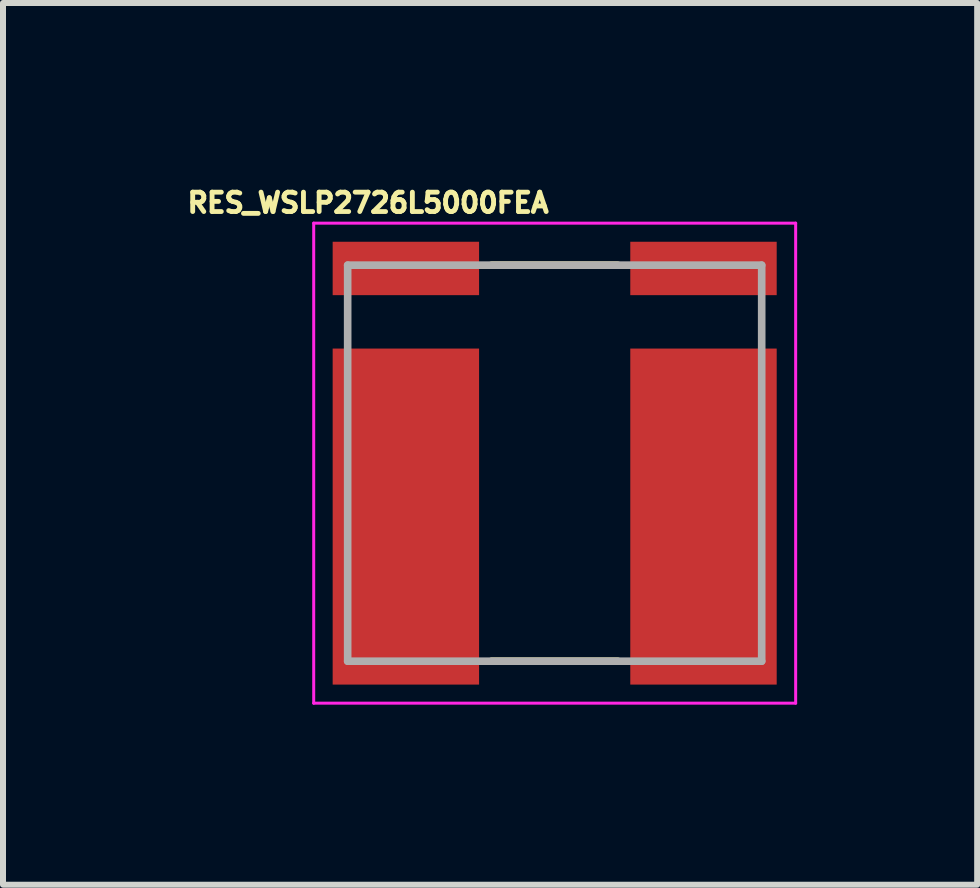
<source format=kicad_pcb>
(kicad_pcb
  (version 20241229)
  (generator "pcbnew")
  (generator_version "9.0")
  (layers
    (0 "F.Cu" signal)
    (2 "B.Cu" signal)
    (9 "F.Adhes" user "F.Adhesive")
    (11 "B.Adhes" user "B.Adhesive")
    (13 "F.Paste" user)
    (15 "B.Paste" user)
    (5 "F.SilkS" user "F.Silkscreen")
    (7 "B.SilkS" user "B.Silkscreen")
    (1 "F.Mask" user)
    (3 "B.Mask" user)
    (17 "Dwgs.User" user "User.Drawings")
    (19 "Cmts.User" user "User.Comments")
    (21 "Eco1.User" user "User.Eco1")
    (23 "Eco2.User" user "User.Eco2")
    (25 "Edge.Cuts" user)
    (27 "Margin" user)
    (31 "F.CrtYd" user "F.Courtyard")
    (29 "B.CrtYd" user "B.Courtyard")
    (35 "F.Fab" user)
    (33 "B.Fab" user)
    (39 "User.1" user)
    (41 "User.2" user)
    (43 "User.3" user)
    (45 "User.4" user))
  (footprint "RES_WSLP2726L5000FEA"
    (layer "F.Cu")
    (at 6.194 4.669)
    (property "Reference" "RES_WSLP2726L5000FEA" (at -3.11 -4.339 0) (layer "F.SilkS") (effects (font (size 0.323 0.323) (thickness 0.15))))
    (attr smd)
    (fp_line (start -1.05 -3.3) (end 1.05 -3.3) (stroke (width 0.127) (type solid)) (layer "F.SilkS"))
    (fp_line (start -1.05 3.3) (end 1.05 3.3) (stroke (width 0.127) (type solid)) (layer "F.SilkS"))
    (fp_line (start -4.016 -4) (end 4.016 -4) (stroke (width 0.05) (type solid)) (layer "F.CrtYd"))
    (fp_line (start -4.016 4) (end -4.016 -4) (stroke (width 0.05) (type solid)) (layer "F.CrtYd"))
    (fp_line (start 4.016 -4) (end 4.016 4) (stroke (width 0.05) (type solid)) (layer "F.CrtYd"))
    (fp_line (start 4.016 4) (end -4.016 4) (stroke (width 0.05) (type solid)) (layer "F.CrtYd"))
    (fp_line (start -3.45 -3.3) (end 3.45 -3.3) (stroke (width 0.127) (type solid)) (layer "F.Fab"))
    (fp_line (start -3.45 3.3) (end -3.45 -3.3) (stroke (width 0.127) (type solid)) (layer "F.Fab"))
    (fp_line (start 3.45 -3.3) (end 3.45 3.3) (stroke (width 0.127) (type solid)) (layer "F.Fab"))
    (fp_line (start 3.45 3.3) (end -3.45 3.3) (stroke (width 0.127) (type solid)) (layer "F.Fab"))
    (pad "1" smd rect (at -2.48 0.89) (size 2.44 5.6) (layers "F.Cu" "F.Mask" "F.Paste"))
    (pad "2" smd rect (at 2.48 0.89) (size 2.44 5.6) (layers "F.Cu" "F.Mask" "F.Paste"))
    (pad "3" smd rect (at -2.48 -3.245) (size 2.44 0.89) (layers "F.Cu" "F.Mask" "F.Paste"))
    (pad "4" smd rect (at 2.48 -3.245) (size 2.44 0.89) (layers "F.Cu" "F.Mask" "F.Paste")))
  (gr_rect
    (start -3 -3)
    (end 13.235 11.694)
    (stroke (width 0.1) (type default))
    (fill no)
    (layer "Edge.Cuts")))
</source>
